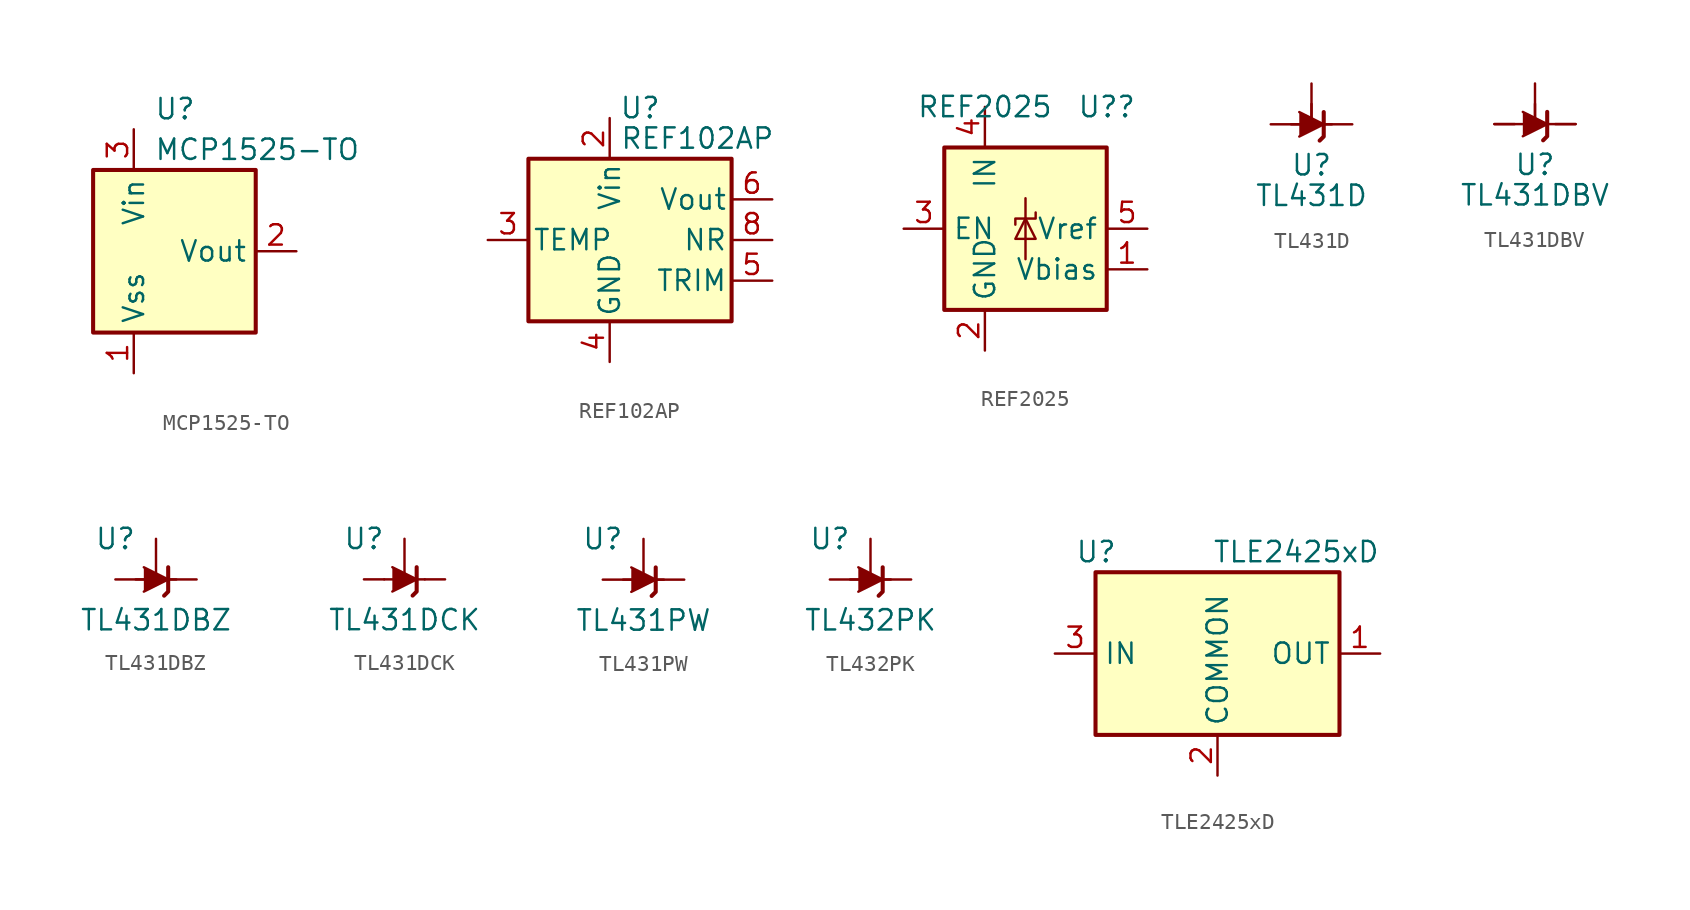
<source format=kicad_sym>
(kicad_symbol_lib
  (version 20220914)
  (generator kicad_symbol_editor)
  (symbol "MCP1525-TO"
    (property "Reference" "U"
      (at 1.27 8.89 0)
      (effects (font (size 1.27 1.27)) (justify left)))
    (property "Value" "MCP1525-TO"
      (at 1.27 6.35 0)
      (effects (font (size 1.27 1.27)) (justify left)))
    (symbol "MCP1525-TO_0_1"
      (rectangle (start -2.54 5.08) (end 7.62 -5.08) (stroke (width 0.254) (type default)) (fill (type background))))
    (symbol "MCP1525-TO_1_1"
      (pin power_in line (at 0 -7.62 90) (length 2.54) (name "Vss" (effects (font (size 1.27 1.27)))) (number "1" (effects (font (size 1.27 1.27)))))
      (pin power_out line (at 10.16 0 180) (length 2.54) (name "Vout" (effects (font (size 1.27 1.27)))) (number "2" (effects (font (size 1.27 1.27)))))
      (pin power_in line (at 0 7.62 270) (length 2.54) (name "Vin" (effects (font (size 1.27 1.27)))) (number "3" (effects (font (size 1.27 1.27)))))))
  (symbol "REF102AP"
    (pin_names
      (offset 0.254))
    (property "Reference" "U"
      (at -0.635 8.255 0)
      (effects (font (size 1.27 1.27))))
    (property "Value" "REF102AP"
      (at -1.905 6.35 0)
      (effects (font (size 1.27 1.27)) (justify left)))
    (symbol "REF102AP_0_1"
      (rectangle (start -7.62 5.08) (end 5.08 -5.08) (stroke (width 0.254) (type default)) (fill (type background))))
    (symbol "REF102AP_1_1"
      (pin no_connect line (at -5.08 -5.08 90) (length 2.54) hide (name "NC" (effects (font (size 1.27 1.27)))) (number "1" (effects (font (size 1.27 1.27)))))
      (pin power_in line (at -2.54 7.62 270) (length 2.54) (name "Vin" (effects (font (size 1.27 1.27)))) (number "2" (effects (font (size 1.27 1.27)))))
      (pin passive line (at -10.16 0 0) (length 2.54) (name "TEMP" (effects (font (size 1.27 1.27)))) (number "3" (effects (font (size 1.27 1.27)))))
      (pin power_in line (at -2.54 -7.62 90) (length 2.54) (name "GND" (effects (font (size 1.27 1.27)))) (number "4" (effects (font (size 1.27 1.27)))))
      (pin passive line (at 7.62 -2.54 180) (length 2.54) (name "TRIM" (effects (font (size 1.27 1.27)))) (number "5" (effects (font (size 1.27 1.27)))))
      (pin power_out line (at 7.62 2.54 180) (length 2.54) (name "Vout" (effects (font (size 1.27 1.27)))) (number "6" (effects (font (size 1.27 1.27)))))
      (pin no_connect line (at 0 -5.08 90) (length 2.54) hide (name "NC" (effects (font (size 1.27 1.27)))) (number "7" (effects (font (size 1.27 1.27)))))
      (pin passive line (at 7.62 0 180) (length 2.54) (name "NR" (effects (font (size 1.27 1.27)))) (number "8" (effects (font (size 1.27 1.27)))))))
  (symbol "REF2025"
    (property "Reference" "U?"
      (at 5.08 7.62 0)
      (effects (font (size 1.27 1.27))))
    (property "Value" "REF2025"
      (at -2.54 7.62 0)
      (effects (font (size 1.27 1.27))))
    (symbol "REF2025_0_1"
      (rectangle (start -5.08 5.08) (end 5.08 -5.08) (stroke (width 0.254) (type default)) (fill (type background)))
      (polyline (pts (xy 0 1.905) (xy 0 -1.905)) (stroke (width 0) (type default)) (fill (type none)))
      (polyline (pts (xy -0.635 -0.635) (xy 0.635 -0.635) (xy 0 0.635) (xy -0.635 -0.635)) (stroke (width 0) (type default)) (fill (type none)))
      (polyline (pts (xy 0.635 1.016) (xy 0.635 0.635) (xy -0.635 0.635) (xy -0.635 0.254)) (stroke (width 0) (type default)) (fill (type none))))
    (symbol "REF2025_1_1"
      (pin output line (at 7.62 -2.54 180) (length 2.54) (name "Vbias" (effects (font (size 1.27 1.27)))) (number "1" (effects (font (size 1.27 1.27)))))
      (pin power_in line (at -2.54 -7.62 90) (length 2.54) (name "GND" (effects (font (size 1.27 1.27)))) (number "2" (effects (font (size 1.27 1.27)))))
      (pin input line (at -7.62 0 0) (length 2.54) (name "EN" (effects (font (size 1.27 1.27)))) (number "3" (effects (font (size 1.27 1.27)))))
      (pin power_in line (at -2.54 7.62 270) (length 2.54) (name "IN" (effects (font (size 1.27 1.27)))) (number "4" (effects (font (size 1.27 1.27)))))
      (pin output line (at 7.62 0 180) (length 2.54) (name "Vref" (effects (font (size 1.27 1.27)))) (number "5" (effects (font (size 1.27 1.27)))))))
  (symbol "TL431D"
    (pin_numbers hide)
    (pin_names hide)
    (property "Reference" "U"
      (at 0 -2.54 0)
      (effects (font (size 1.27 1.27))))
    (property "Value" "TL431D"
      (at 0 -4.445 0)
      (effects (font (size 1.27 1.27))))
    (symbol "TL431D_0_1"
      (polyline (pts (xy -1.27 0) (xy 0 0) (xy 1.27 0)) (stroke (width 0) (type default)) (fill (type none)))
      (polyline (pts (xy -0.762 0.762) (xy 0.762 0) (xy -0.762 -0.762)) (stroke (width 0) (type default)) (fill (type outline)))
      (polyline (pts (xy 0.508 -1.016) (xy 0.762 -0.762) (xy 0.762 0.762) (xy 0.762 0.762)) (stroke (width 0.254) (type default)) (fill (type none))))
    (symbol "TL431D_1_1"
      (polyline (pts (xy 0 1.27) (xy 0 0)) (stroke (width 0) (type default)) (fill (type none)))
      (pin passive line (at 2.54 0 180) (length 2.54) (name "K" (effects (font (size 1.27 1.27)))) (number "1" (effects (font (size 1.27 1.27)))))
      (pin passive line (at -2.54 0 0) (length 2.54) (name "A" (effects (font (size 1.27 1.27)))) (number "2" (effects (font (size 1.27 1.27)))))
      (pin passive line (at -2.54 0 0) (length 2.54) hide (name "A" (effects (font (size 1.27 1.27)))) (number "3" (effects (font (size 1.27 1.27)))))
      (pin passive line (at -2.54 0 0) (length 2.54) hide (name "A" (effects (font (size 1.27 1.27)))) (number "6" (effects (font (size 1.27 1.27)))))
      (pin passive line (at -2.54 0 0) (length 2.54) hide (name "A" (effects (font (size 1.27 1.27)))) (number "7" (effects (font (size 1.27 1.27)))))
      (pin passive line (at 0 2.54 270) (length 2.54) (name "REF" (effects (font (size 1.27 1.27)))) (number "8" (effects (font (size 1.27 1.27)))))))
  (symbol "TL431DBV"
    (pin_numbers hide)
    (pin_names hide)
    (property "Reference" "U"
      (at 0 -2.54 0)
      (effects (font (size 1.27 1.27))))
    (property "Value" "TL431DBV"
      (at 0 -4.445 0)
      (effects (font (size 1.27 1.27))))
    (symbol "TL431DBV_0_1"
      (polyline (pts (xy -2.54 0) (xy 0 0) (xy 2.54 0)) (stroke (width 0) (type default)) (fill (type none)))
      (polyline (pts (xy -0.762 0.762) (xy 0.762 0) (xy -0.762 -0.762)) (stroke (width 0) (type default)) (fill (type outline)))
      (polyline (pts (xy 0.508 -1.016) (xy 0.762 -0.762) (xy 0.762 0.762) (xy 0.762 0.762)) (stroke (width 0.254) (type default)) (fill (type none))))
    (symbol "TL431DBV_1_1"
      (polyline (pts (xy 0 1.27) (xy 0 0)) (stroke (width 0) (type default)) (fill (type none)))
      (pin passive line (at 2.54 0 180) (length 1.27) (name "K" (effects (font (size 1.27 1.27)))) (number "3" (effects (font (size 1.27 1.27)))))
      (pin passive line (at 0 2.54 270) (length 2.54) (name "REF" (effects (font (size 1.27 1.27)))) (number "4" (effects (font (size 1.27 1.27)))))
      (pin passive line (at -2.54 0 0) (length 1.27) (name "A" (effects (font (size 1.27 1.27)))) (number "5" (effects (font (size 1.27 1.27)))))))
  (symbol "TL431DBZ"
    (pin_numbers hide)
    (pin_names hide)
    (property "Reference" "U"
      (at -2.54 2.54 0)
      (effects (font (size 1.27 1.27))))
    (property "Value" "TL431DBZ"
      (at 0 -2.54 0)
      (effects (font (size 1.27 1.27))))
    (symbol "TL431DBZ_0_1"
      (polyline (pts (xy -1.27 0) (xy 0 0) (xy 1.27 0)) (stroke (width 0) (type default)) (fill (type none)))
      (polyline (pts (xy -0.762 0.762) (xy 0.762 0) (xy -0.762 -0.762)) (stroke (width 0) (type default)) (fill (type outline)))
      (polyline (pts (xy 0.508 -1.016) (xy 0.762 -0.762) (xy 0.762 0.762) (xy 0.762 0.762)) (stroke (width 0.254) (type default)) (fill (type none))))
    (symbol "TL431DBZ_1_1"
      (pin passive line (at 2.54 0 180) (length 2.54) (name "K" (effects (font (size 1.27 1.27)))) (number "1" (effects (font (size 1.27 1.27)))))
      (pin passive line (at 0 2.54 270) (length 2.54) (name "REF" (effects (font (size 1.27 1.27)))) (number "2" (effects (font (size 1.27 1.27)))))
      (pin passive line (at -2.54 0 0) (length 2.54) (name "A" (effects (font (size 1.27 1.27)))) (number "3" (effects (font (size 1.27 1.27)))))))
  (symbol "TL431DCK"
    (pin_numbers hide)
    (pin_names hide)
    (property "Reference" "U"
      (at -2.54 2.54 0)
      (effects (font (size 1.27 1.27))))
    (property "Value" "TL431DCK"
      (at 0 -2.54 0)
      (effects (font (size 1.27 1.27))))
    (symbol "TL431DCK_0_1"
      (polyline (pts (xy -1.27 0) (xy 0 0) (xy 1.27 0)) (stroke (width 0) (type default)) (fill (type none)))
      (polyline (pts (xy -0.762 0.762) (xy 0.762 0) (xy -0.762 -0.762)) (stroke (width 0) (type default)) (fill (type outline)))
      (polyline (pts (xy 0.508 -1.016) (xy 0.762 -0.762) (xy 0.762 0.762) (xy 0.762 0.762)) (stroke (width 0.254) (type default)) (fill (type none))))
    (symbol "TL431DCK_1_1"
      (pin passive line (at 2.54 0 180) (length 1.27) (name "K" (effects (font (size 1.27 1.27)))) (number "1" (effects (font (size 1.27 1.27)))))
      (pin passive line (at 0 2.54 270) (length 2.54) (name "REF" (effects (font (size 1.27 1.27)))) (number "3" (effects (font (size 1.27 1.27)))))
      (pin passive line (at -2.54 0 0) (length 1.27) (name "A" (effects (font (size 1.27 1.27)))) (number "6" (effects (font (size 1.27 1.27)))))))
  (symbol "TL431PW"
    (pin_numbers hide)
    (pin_names hide)
    (property "Reference" "U"
      (at -2.54 2.54 0)
      (effects (font (size 1.27 1.27))))
    (property "Value" "TL431PW"
      (at 0 -2.54 0)
      (effects (font (size 1.27 1.27))))
    (symbol "TL431PW_0_1"
      (polyline (pts (xy -1.27 0) (xy 0 0) (xy 1.27 0)) (stroke (width 0) (type default)) (fill (type none)))
      (polyline (pts (xy -0.762 0.762) (xy 0.762 0) (xy -0.762 -0.762)) (stroke (width 0) (type default)) (fill (type outline)))
      (polyline (pts (xy 0.508 -1.016) (xy 0.762 -0.762) (xy 0.762 0.762) (xy 0.762 0.762)) (stroke (width 0.254) (type default)) (fill (type none))))
    (symbol "TL431PW_1_1"
      (pin passive line (at 2.54 0 180) (length 2.54) (name "K" (effects (font (size 1.27 1.27)))) (number "1" (effects (font (size 1.27 1.27)))))
      (pin passive line (at -2.54 0 0) (length 2.54) (name "A" (effects (font (size 1.27 1.27)))) (number "6" (effects (font (size 1.27 1.27)))))
      (pin passive line (at 0 2.54 270) (length 2.54) (name "REF" (effects (font (size 1.27 1.27)))) (number "8" (effects (font (size 1.27 1.27)))))))
  (symbol "TL432PK"
    (pin_numbers hide)
    (pin_names hide)
    (property "Reference" "U"
      (at -2.54 2.54 0)
      (effects (font (size 1.27 1.27))))
    (property "Value" "TL432PK"
      (at 0 -2.54 0)
      (effects (font (size 1.27 1.27))))
    (symbol "TL432PK_0_1"
      (polyline (pts (xy -1.27 0) (xy 0 0) (xy 1.27 0)) (stroke (width 0) (type default)) (fill (type none)))
      (polyline (pts (xy -0.762 0.762) (xy 0.762 0) (xy -0.762 -0.762)) (stroke (width 0) (type default)) (fill (type outline)))
      (polyline (pts (xy 0.508 -1.016) (xy 0.762 -0.762) (xy 0.762 0.762) (xy 0.762 0.762)) (stroke (width 0.254) (type default)) (fill (type none))))
    (symbol "TL432PK_1_1"
      (pin passive line (at 2.54 0 180) (length 2.54) (name "K" (effects (font (size 1.27 1.27)))) (number "1" (effects (font (size 1.27 1.27)))))
      (pin passive line (at -2.54 0 0) (length 2.54) (name "A" (effects (font (size 1.27 1.27)))) (number "2" (effects (font (size 1.27 1.27)))))
      (pin passive line (at 0 2.54 270) (length 2.54) (name "REF" (effects (font (size 1.27 1.27)))) (number "3" (effects (font (size 1.27 1.27)))))))
  (symbol "TLE2425xD"
    (property "Reference" "U"
      (at -8.89 6.35 0)
      (effects (font (size 1.27 1.27)) (justify left)))
    (property "Value" "TLE2425xD"
      (at 10.16 6.35 0)
      (effects (font (size 1.27 1.27)) (justify right)))
    (symbol "TLE2425xD_0_1"
      (rectangle (start 7.62 -5.08) (end -7.62 5.08) (stroke (width 0.254) (type default)) (fill (type background))))
    (symbol "TLE2425xD_1_1"
      (pin power_out line (at 10.16 0 180) (length 2.54) (name "OUT" (effects (font (size 1.27 1.27)))) (number "1" (effects (font (size 1.27 1.27)))))
      (pin power_in line (at 0 -7.62 90) (length 2.54) (name "COMMON" (effects (font (size 1.27 1.27)))) (number "2" (effects (font (size 1.27 1.27)))))
      (pin power_in line (at -10.16 0 0) (length 2.54) (name "IN" (effects (font (size 1.27 1.27)))) (number "3" (effects (font (size 1.27 1.27)))))
      (pin no_connect line (at -7.62 -2.54 0) (length 2.54) hide (name "NC" (effects (font (size 1.27 1.27)))) (number "4" (effects (font (size 1.27 1.27)))))
      (pin no_connect line (at -5.08 -5.08 90) (length 2.54) hide (name "NC" (effects (font (size 1.27 1.27)))) (number "5" (effects (font (size 1.27 1.27)))))
      (pin no_connect line (at 7.62 2.54 180) (length 2.54) hide (name "NC" (effects (font (size 1.27 1.27)))) (number "6" (effects (font (size 1.27 1.27)))))
      (pin no_connect line (at 7.62 -2.54 180) (length 2.54) hide (name "NC" (effects (font (size 1.27 1.27)))) (number "7" (effects (font (size 1.27 1.27)))))
      (pin no_connect line (at -7.62 2.54 0) (length 2.54) hide (name "NC" (effects (font (size 1.27 1.27)))) (number "8" (effects (font (size 1.27 1.27))))))))
</source>
